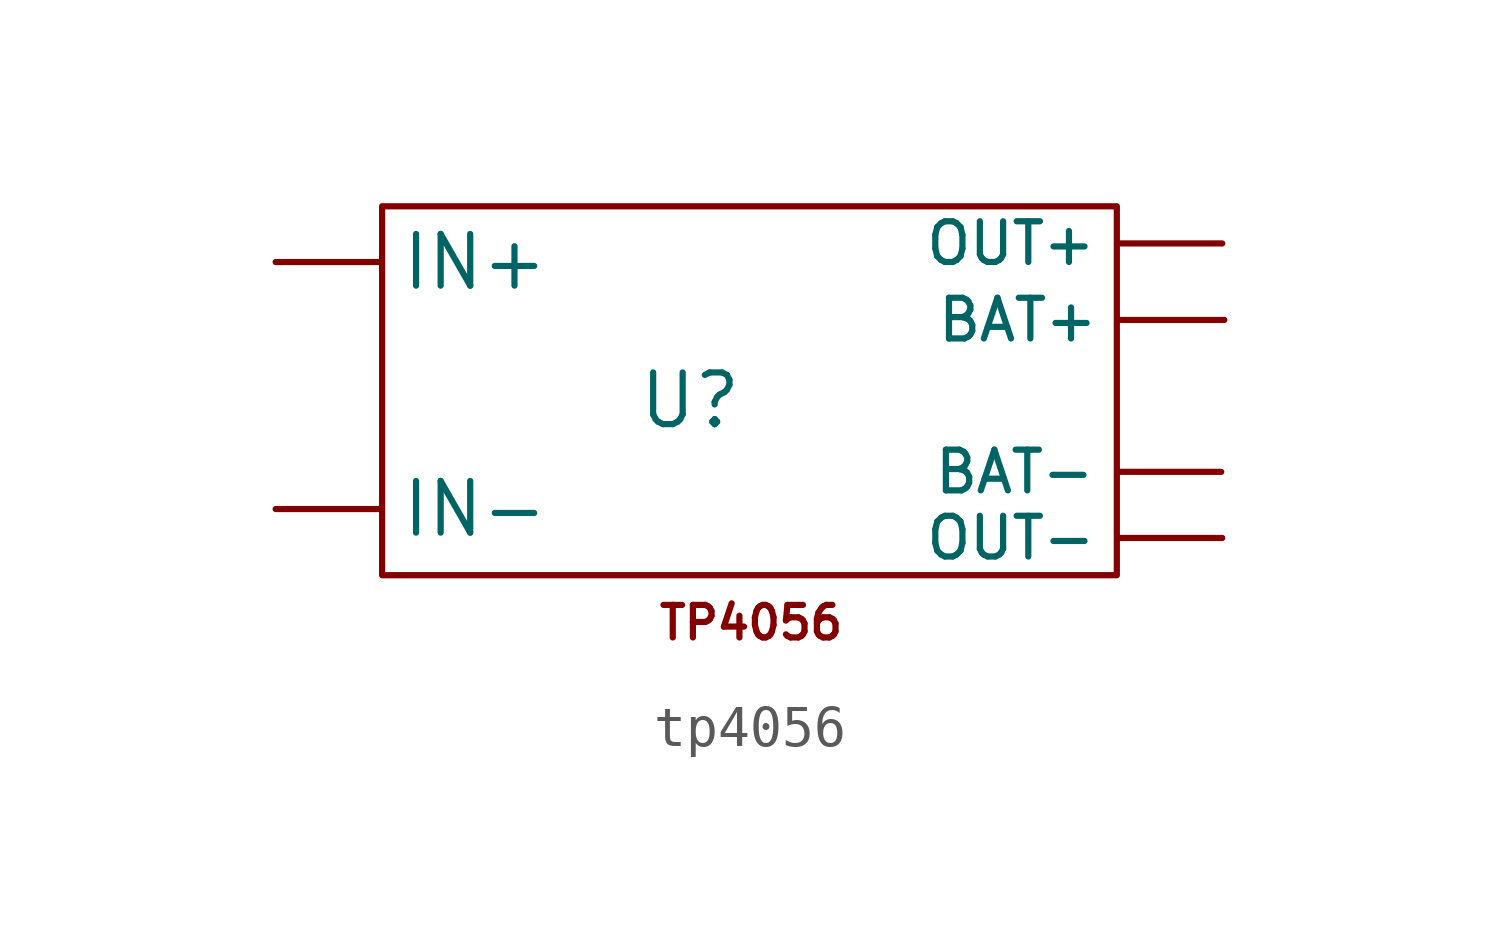
<source format=kicad_sym>
(kicad_symbol_lib
  (version 20220914)
  (generator kicad_symbol_editor)
  (symbol "tp4056"
    (property "Reference" "U"
      (at 0 0 0)
      (effects (font (size 1.27 1.27))))
    (property "Value" ""
      (at 0 0 0)
      (effects (font (size 1.27 1.27))))
    (symbol "tp4056_1_1"
      (rectangle (start -7.569 4.775) (end 10.49 -4.293) (stroke (width 0) (type default)) (fill (type none)))
      (text "TP4056" (at 1.499 -5.461 0) (effects (font (size 0.8 0.8))))
      (pin power_in line (at 13.132 1.981 180) (length 2.54) (name "BAT+" (effects (font (size 1 1)))) (number "" (effects (font (size 1.27 1.27)))))
      (pin power_in line (at 13.056 -1.753 180) (length 2.54) (name "BAT-" (effects (font (size 1 1)))) (number "" (effects (font (size 1.27 1.27)))))
      (pin power_in line (at -10.185 3.404 0) (length 2.54) (name "IN+" (effects (font (size 1.27 1.27)))) (number "" (effects (font (size 1.27 1.27)))))
      (pin power_in line (at -10.185 -2.667 0) (length 2.54) (name "IN-" (effects (font (size 1.27 1.27)))) (number "" (effects (font (size 1.27 1.27)))))
      (pin power_out line (at 13.081 3.861 180) (length 2.54) (name "OUT+" (effects (font (size 1 1)))) (number "" (effects (font (size 1.27 1.27)))))
      (pin power_out line (at 13.081 -3.378 180) (length 2.54) (name "OUT-" (effects (font (size 1 1)))) (number "" (effects (font (size 1.27 1.27))))))))
</source>
